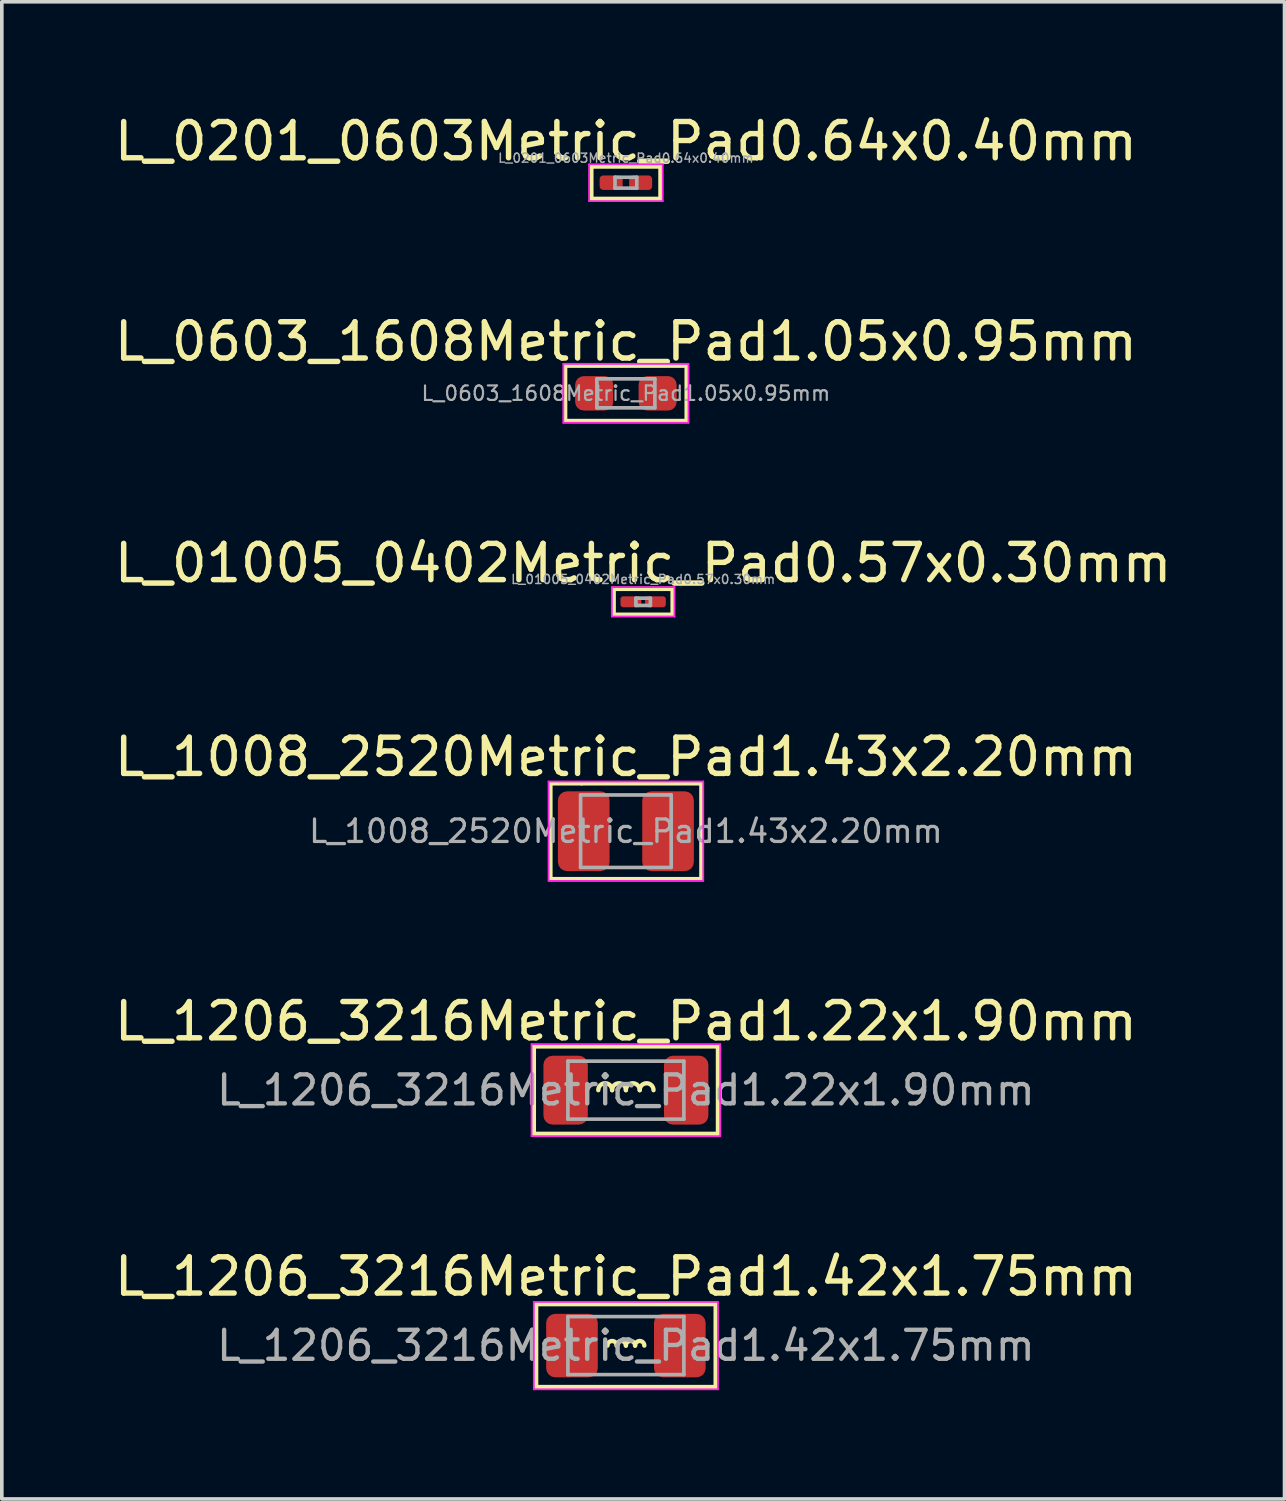
<source format=kicad_pcb>
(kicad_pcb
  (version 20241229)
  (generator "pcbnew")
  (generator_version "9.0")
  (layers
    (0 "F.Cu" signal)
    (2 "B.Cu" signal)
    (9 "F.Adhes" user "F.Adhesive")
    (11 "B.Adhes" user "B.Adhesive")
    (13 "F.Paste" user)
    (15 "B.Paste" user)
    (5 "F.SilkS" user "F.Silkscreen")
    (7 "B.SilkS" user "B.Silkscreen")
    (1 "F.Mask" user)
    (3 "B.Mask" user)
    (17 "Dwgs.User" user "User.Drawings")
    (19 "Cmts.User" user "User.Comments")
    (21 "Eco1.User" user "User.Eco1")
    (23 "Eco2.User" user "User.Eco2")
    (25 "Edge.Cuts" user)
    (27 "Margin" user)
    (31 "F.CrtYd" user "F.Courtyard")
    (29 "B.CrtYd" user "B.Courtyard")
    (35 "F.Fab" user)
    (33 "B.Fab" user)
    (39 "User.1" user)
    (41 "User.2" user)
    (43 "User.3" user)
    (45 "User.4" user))
  (footprint "L_1206_3216Metric_Pad1.22x1.90mm"
    (layer "F.Cu")
    (at 14.22 27.03)
    (property "Reference" "L_1206_3216Metric_Pad1.22x1.90mm" (at 0 -1.9 0) (layer "F.SilkS") (effects (font (size 1 1) (thickness 0.15))))
    (attr smd)
    (fp_line (start -2.54 -1.206) (end 2.54 -1.206) (stroke (width 0.12) (type solid)) (layer "F.SilkS"))
    (fp_line (start -2.54 1.206) (end -2.54 -1.206) (stroke (width 0.12) (type solid)) (layer "F.SilkS"))
    (fp_line (start 2.54 -1.206) (end 2.54 1.206) (stroke (width 0.12) (type solid)) (layer "F.SilkS"))
    (fp_line (start 2.54 1.206) (end -2.54 1.206) (stroke (width 0.12) (type solid)) (layer "F.SilkS"))
    (fp_arc (start -0.762 0) (mid -0.5715 -0.1905) (end -0.381 0) (stroke (width 0.12) (type solid)) (layer "F.SilkS"))
    (fp_arc (start -0.381 0) (mid -0.1905 -0.1905) (end 0 0) (stroke (width 0.12) (type solid)) (layer "F.SilkS"))
    (fp_arc (start 0 0) (mid 0.1905 -0.1905) (end 0.381 0) (stroke (width 0.12) (type solid)) (layer "F.SilkS"))
    (fp_arc (start 0.381 0) (mid 0.5715 -0.1905) (end 0.762 0) (stroke (width 0.12) (type solid)) (layer "F.SilkS"))
    (fp_line (start -2.603 -1.27) (end 2.603 -1.27) (stroke (width 0.05) (type solid)) (layer "F.CrtYd"))
    (fp_line (start -2.603 1.27) (end -2.603 -1.27) (stroke (width 0.05) (type solid)) (layer "F.CrtYd"))
    (fp_line (start 2.603 -1.27) (end 2.603 1.27) (stroke (width 0.05) (type solid)) (layer "F.CrtYd"))
    (fp_line (start 2.603 1.27) (end -2.603 1.27) (stroke (width 0.05) (type solid)) (layer "F.CrtYd"))
    (fp_line (start -1.6 -0.8) (end 1.6 -0.8) (stroke (width 0.1) (type solid)) (layer "F.Fab"))
    (fp_line (start -1.6 0.8) (end -1.6 -0.8) (stroke (width 0.1) (type solid)) (layer "F.Fab"))
    (fp_line (start 1.6 -0.8) (end 1.6 0.8) (stroke (width 0.1) (type solid)) (layer "F.Fab"))
    (fp_line (start 1.6 0.8) (end -1.6 0.8) (stroke (width 0.1) (type solid)) (layer "F.Fab"))
    (fp_text user "${REFERENCE}" (at 0 0 0) (layer "F.Fab") (effects (font (size 0.8 0.8) (thickness 0.12))))
    (pad "1" smd roundrect (at -1.663 0) (size 1.225 1.9) (layers "F.Cu" "F.Mask" "F.Paste") (roundrect_rratio 0.204))
    (pad "2" smd roundrect (at 1.663 0) (size 1.225 1.9) (layers "F.Cu" "F.Mask" "F.Paste") (roundrect_rratio 0.204)))
  (footprint "L_01005_0402Metric_Pad0.57x0.30mm"
    (layer "F.Cu")
    (at 14.696 13.555)
    (property "Reference" "L_01005_0402Metric_Pad0.57x0.30mm" (at 0 -1.067 0) (layer "F.SilkS") (effects (font (size 1 1) (thickness 0.15))))
    (attr smd)
    (fp_line (start -0.813 -0.356) (end 0.813 -0.356) (stroke (width 0.12) (type solid)) (layer "F.SilkS"))
    (fp_line (start -0.813 0.356) (end -0.813 -0.356) (stroke (width 0.12) (type solid)) (layer "F.SilkS"))
    (fp_line (start 0.813 -0.356) (end 0.813 0.356) (stroke (width 0.12) (type solid)) (layer "F.SilkS"))
    (fp_line (start 0.813 0.356) (end -0.813 0.356) (stroke (width 0.12) (type solid)) (layer "F.SilkS"))
    (fp_line (start -0.864 -0.406) (end 0.864 -0.406) (stroke (width 0.05) (type solid)) (layer "F.CrtYd"))
    (fp_line (start -0.864 0.406) (end -0.864 -0.406) (stroke (width 0.05) (type solid)) (layer "F.CrtYd"))
    (fp_line (start 0.864 -0.406) (end 0.864 0.406) (stroke (width 0.05) (type solid)) (layer "F.CrtYd"))
    (fp_line (start 0.864 0.406) (end -0.864 0.406) (stroke (width 0.05) (type solid)) (layer "F.CrtYd"))
    (fp_line (start -0.2 -0.1) (end 0.2 -0.1) (stroke (width 0.1) (type solid)) (layer "F.Fab"))
    (fp_line (start -0.2 0.1) (end -0.2 -0.1) (stroke (width 0.1) (type solid)) (layer "F.Fab"))
    (fp_line (start 0.2 -0.1) (end 0.2 0.1) (stroke (width 0.1) (type solid)) (layer "F.Fab"))
    (fp_line (start 0.2 0.1) (end -0.2 0.1) (stroke (width 0.1) (type solid)) (layer "F.Fab"))
    (fp_text user "${REFERENCE}" (at 0 -0.62 0) (layer "F.Fab") (effects (font (size 0.25 0.25) (thickness 0.04))))
    (pad "" smd roundrect (at -0.362 0) (size 0.41 0.27) (layers "F.Paste") (roundrect_rratio 0.25))
    (pad "" smd roundrect (at 0.362 0) (size 0.41 0.27) (layers "F.Paste") (roundrect_rratio 0.25))
    (pad "1" smd roundrect (at -0.338 0) (size 0.575 0.3) (layers "F.Cu" "F.Mask") (roundrect_rratio 0.25))
    (pad "2" smd roundrect (at 0.338 0) (size 0.575 0.3) (layers "F.Cu" "F.Mask") (roundrect_rratio 0.25)))
  (footprint "L_1008_2520Metric_Pad1.43x2.20mm"
    (layer "F.Cu")
    (at 14.22 19.885)
    (property "Reference" "L_1008_2520Metric_Pad1.43x2.20mm" (at 0 -2.05 0) (layer "F.SilkS") (effects (font (size 1 1) (thickness 0.15))))
    (attr smd)
    (fp_line (start -2.083 -1.321) (end -1.219 -1.321) (stroke (width 0.12) (type solid)) (layer "F.SilkS"))
    (fp_line (start -2.083 1.321) (end -2.083 -1.321) (stroke (width 0.12) (type solid)) (layer "F.SilkS"))
    (fp_line (start -1.219 -1.321) (end 2.083 -1.321) (stroke (width 0.12) (type solid)) (layer "F.SilkS"))
    (fp_line (start 2.083 -1.321) (end 2.083 1.321) (stroke (width 0.12) (type solid)) (layer "F.SilkS"))
    (fp_line (start 2.083 1.321) (end -2.083 1.321) (stroke (width 0.12) (type solid)) (layer "F.SilkS"))
    (fp_line (start -2.134 -1.372) (end 2.134 -1.372) (stroke (width 0.05) (type solid)) (layer "F.CrtYd"))
    (fp_line (start -2.134 1.372) (end -2.134 -1.372) (stroke (width 0.05) (type solid)) (layer "F.CrtYd"))
    (fp_line (start 2.134 -1.372) (end 2.134 1.372) (stroke (width 0.05) (type solid)) (layer "F.CrtYd"))
    (fp_line (start 2.134 1.372) (end -2.134 1.372) (stroke (width 0.05) (type solid)) (layer "F.CrtYd"))
    (fp_line (start -1.25 -1) (end 1.25 -1) (stroke (width 0.1) (type solid)) (layer "F.Fab"))
    (fp_line (start -1.25 1) (end -1.25 -1) (stroke (width 0.1) (type solid)) (layer "F.Fab"))
    (fp_line (start 1.25 -1) (end 1.25 1) (stroke (width 0.1) (type solid)) (layer "F.Fab"))
    (fp_line (start 1.25 1) (end -1.25 1) (stroke (width 0.1) (type solid)) (layer "F.Fab"))
    (fp_text user "${REFERENCE}" (at 0 0 0) (layer "F.Fab") (effects (font (size 0.62 0.62) (thickness 0.09))))
    (pad "1" smd roundrect (at -1.163 0) (size 1.425 2.2) (layers "F.Cu" "F.Mask" "F.Paste") (roundrect_rratio 0.175))
    (pad "2" smd roundrect (at 1.163 0) (size 1.425 2.2) (layers "F.Cu" "F.Mask" "F.Paste") (roundrect_rratio 0.175)))
  (footprint "L_0603_1608Metric_Pad1.05x0.95mm"
    (layer "F.Cu")
    (at 14.22 7.803)
    (property "Reference" "L_0603_1608Metric_Pad1.05x0.95mm" (at 0 -1.43 0) (layer "F.SilkS") (effects (font (size 1 1) (thickness 0.15))))
    (attr smd)
    (fp_line (start -1.676 -0.762) (end 1.676 -0.762) (stroke (width 0.12) (type solid)) (layer "F.SilkS"))
    (fp_line (start -1.676 0.762) (end -1.676 -0.762) (stroke (width 0.12) (type solid)) (layer "F.SilkS"))
    (fp_line (start 1.676 -0.762) (end 1.676 0.762) (stroke (width 0.12) (type solid)) (layer "F.SilkS"))
    (fp_line (start 1.676 0.762) (end -1.676 0.762) (stroke (width 0.12) (type solid)) (layer "F.SilkS"))
    (fp_line (start -1.727 -0.813) (end 1.727 -0.813) (stroke (width 0.05) (type solid)) (layer "F.CrtYd"))
    (fp_line (start -1.727 0.813) (end -1.727 -0.813) (stroke (width 0.05) (type solid)) (layer "F.CrtYd"))
    (fp_line (start 1.727 -0.813) (end 1.727 0.813) (stroke (width 0.05) (type solid)) (layer "F.CrtYd"))
    (fp_line (start 1.727 0.813) (end -1.727 0.813) (stroke (width 0.05) (type solid)) (layer "F.CrtYd"))
    (fp_line (start -0.8 -0.4) (end 0.8 -0.4) (stroke (width 0.1) (type solid)) (layer "F.Fab"))
    (fp_line (start -0.8 0.4) (end -0.8 -0.4) (stroke (width 0.1) (type solid)) (layer "F.Fab"))
    (fp_line (start 0.8 -0.4) (end 0.8 0.4) (stroke (width 0.1) (type solid)) (layer "F.Fab"))
    (fp_line (start 0.8 0.4) (end -0.8 0.4) (stroke (width 0.1) (type solid)) (layer "F.Fab"))
    (fp_text user "${REFERENCE}" (at 0 0 0) (layer "F.Fab") (effects (font (size 0.4 0.4) (thickness 0.06))))
    (pad "1" smd roundrect (at -0.875 0) (size 1.05 0.95) (layers "F.Cu" "F.Mask" "F.Paste") (roundrect_rratio 0.25))
    (pad "2" smd roundrect (at 0.875 0) (size 1.05 0.95) (layers "F.Cu" "F.Mask" "F.Paste") (roundrect_rratio 0.25)))
  (footprint "L_0201_0603Metric_Pad0.64x0.40mm"
    (layer "F.Cu")
    (at 14.22 1.991)
    (property "Reference" "L_0201_0603Metric_Pad0.64x0.40mm" (at 0 -1.143 0) (layer "F.SilkS") (effects (font (size 1 1) (thickness 0.15))))
    (attr smd)
    (fp_line (start -0.953 -0.445) (end 0.953 -0.445) (stroke (width 0.12) (type solid)) (layer "F.SilkS"))
    (fp_line (start -0.953 0.445) (end -0.953 -0.445) (stroke (width 0.12) (type solid)) (layer "F.SilkS"))
    (fp_line (start 0.953 -0.445) (end 0.953 0.445) (stroke (width 0.12) (type solid)) (layer "F.SilkS"))
    (fp_line (start 0.953 0.445) (end -0.953 0.445) (stroke (width 0.12) (type solid)) (layer "F.SilkS"))
    (fp_line (start -1.016 -0.508) (end 1.016 -0.508) (stroke (width 0.05) (type solid)) (layer "F.CrtYd"))
    (fp_line (start -1.016 0.508) (end -1.016 -0.508) (stroke (width 0.05) (type solid)) (layer "F.CrtYd"))
    (fp_line (start 1.016 -0.508) (end 1.016 0.508) (stroke (width 0.05) (type solid)) (layer "F.CrtYd"))
    (fp_line (start 1.016 0.508) (end -1.016 0.508) (stroke (width 0.05) (type solid)) (layer "F.CrtYd"))
    (fp_line (start -0.3 -0.15) (end 0.3 -0.15) (stroke (width 0.1) (type solid)) (layer "F.Fab"))
    (fp_line (start -0.3 0.15) (end -0.3 -0.15) (stroke (width 0.1) (type solid)) (layer "F.Fab"))
    (fp_line (start 0.3 -0.15) (end 0.3 0.15) (stroke (width 0.1) (type solid)) (layer "F.Fab"))
    (fp_line (start 0.3 0.15) (end -0.3 0.15) (stroke (width 0.1) (type solid)) (layer "F.Fab"))
    (fp_text user "${REFERENCE}" (at 0 -0.68 0) (layer "F.Fab") (effects (font (size 0.25 0.25) (thickness 0.04))))
    (pad "" smd roundrect (at -0.432 0) (size 0.458 0.36) (layers "F.Paste") (roundrect_rratio 0.25))
    (pad "" smd roundrect (at 0.432 0) (size 0.458 0.36) (layers "F.Paste") (roundrect_rratio 0.25))
    (pad "1" smd roundrect (at -0.407 0) (size 0.635 0.4) (layers "F.Cu" "F.Mask") (roundrect_rratio 0.25))
    (pad "2" smd roundrect (at 0.407 0) (size 0.635 0.4) (layers "F.Cu" "F.Mask") (roundrect_rratio 0.25)))
  (footprint "L_1206_3216Metric_Pad1.42x1.75mm"
    (layer "F.Cu")
    (at 14.22 34.078)
    (property "Reference" "L_1206_3216Metric_Pad1.42x1.75mm" (at 0 -1.905 0) (layer "F.SilkS") (effects (font (size 1 1) (thickness 0.15))))
    (attr smd)
    (fp_line (start -2.477 -1.143) (end 2.477 -1.143) (stroke (width 0.12) (type solid)) (layer "F.SilkS"))
    (fp_line (start -2.477 1.143) (end -2.477 -1.143) (stroke (width 0.12) (type solid)) (layer "F.SilkS"))
    (fp_line (start 2.477 -1.143) (end 2.477 1.143) (stroke (width 0.12) (type solid)) (layer "F.SilkS"))
    (fp_line (start 2.477 1.143) (end -2.477 1.143) (stroke (width 0.12) (type solid)) (layer "F.SilkS"))
    (fp_arc (start -0.508 0) (mid -0.381 -0.127) (end -0.254 0) (stroke (width 0.12) (type solid)) (layer "F.SilkS"))
    (fp_arc (start -0.254 0) (mid -0.127 -0.127) (end 0 0) (stroke (width 0.12) (type solid)) (layer "F.SilkS"))
    (fp_arc (start 0 0) (mid 0.127 -0.127) (end 0.254 0) (stroke (width 0.12) (type solid)) (layer "F.SilkS"))
    (fp_arc (start 0.254 0) (mid 0.381 -0.127) (end 0.508 0) (stroke (width 0.12) (type solid)) (layer "F.SilkS"))
    (fp_line (start -2.54 -1.206) (end 2.54 -1.206) (stroke (width 0.05) (type solid)) (layer "F.CrtYd"))
    (fp_line (start -2.54 1.206) (end -2.54 -1.206) (stroke (width 0.05) (type solid)) (layer "F.CrtYd"))
    (fp_line (start 2.54 -1.206) (end 2.54 1.206) (stroke (width 0.05) (type solid)) (layer "F.CrtYd"))
    (fp_line (start 2.54 1.206) (end -2.54 1.206) (stroke (width 0.05) (type solid)) (layer "F.CrtYd"))
    (fp_line (start -1.6 -0.8) (end 1.6 -0.8) (stroke (width 0.1) (type solid)) (layer "F.Fab"))
    (fp_line (start -1.6 0.8) (end -1.6 -0.8) (stroke (width 0.1) (type solid)) (layer "F.Fab"))
    (fp_line (start 1.6 -0.8) (end 1.6 0.8) (stroke (width 0.1) (type solid)) (layer "F.Fab"))
    (fp_line (start 1.6 0.8) (end -1.6 0.8) (stroke (width 0.1) (type solid)) (layer "F.Fab"))
    (fp_text user "${REFERENCE}" (at 0 0 0) (layer "F.Fab") (effects (font (size 0.8 0.8) (thickness 0.12))))
    (pad "1" smd roundrect (at -1.488 0) (size 1.425 1.75) (layers "F.Cu" "F.Mask" "F.Paste") (roundrect_rratio 0.175))
    (pad "2" smd roundrect (at 1.488 0) (size 1.425 1.75) (layers "F.Cu" "F.Mask" "F.Paste") (roundrect_rratio 0.175)))
  (gr_rect
    (start -3 -3)
    (end 32.393 38.31)
    (stroke (width 0.1) (type default))
    (fill no)
    (layer "Edge.Cuts")))
</source>
